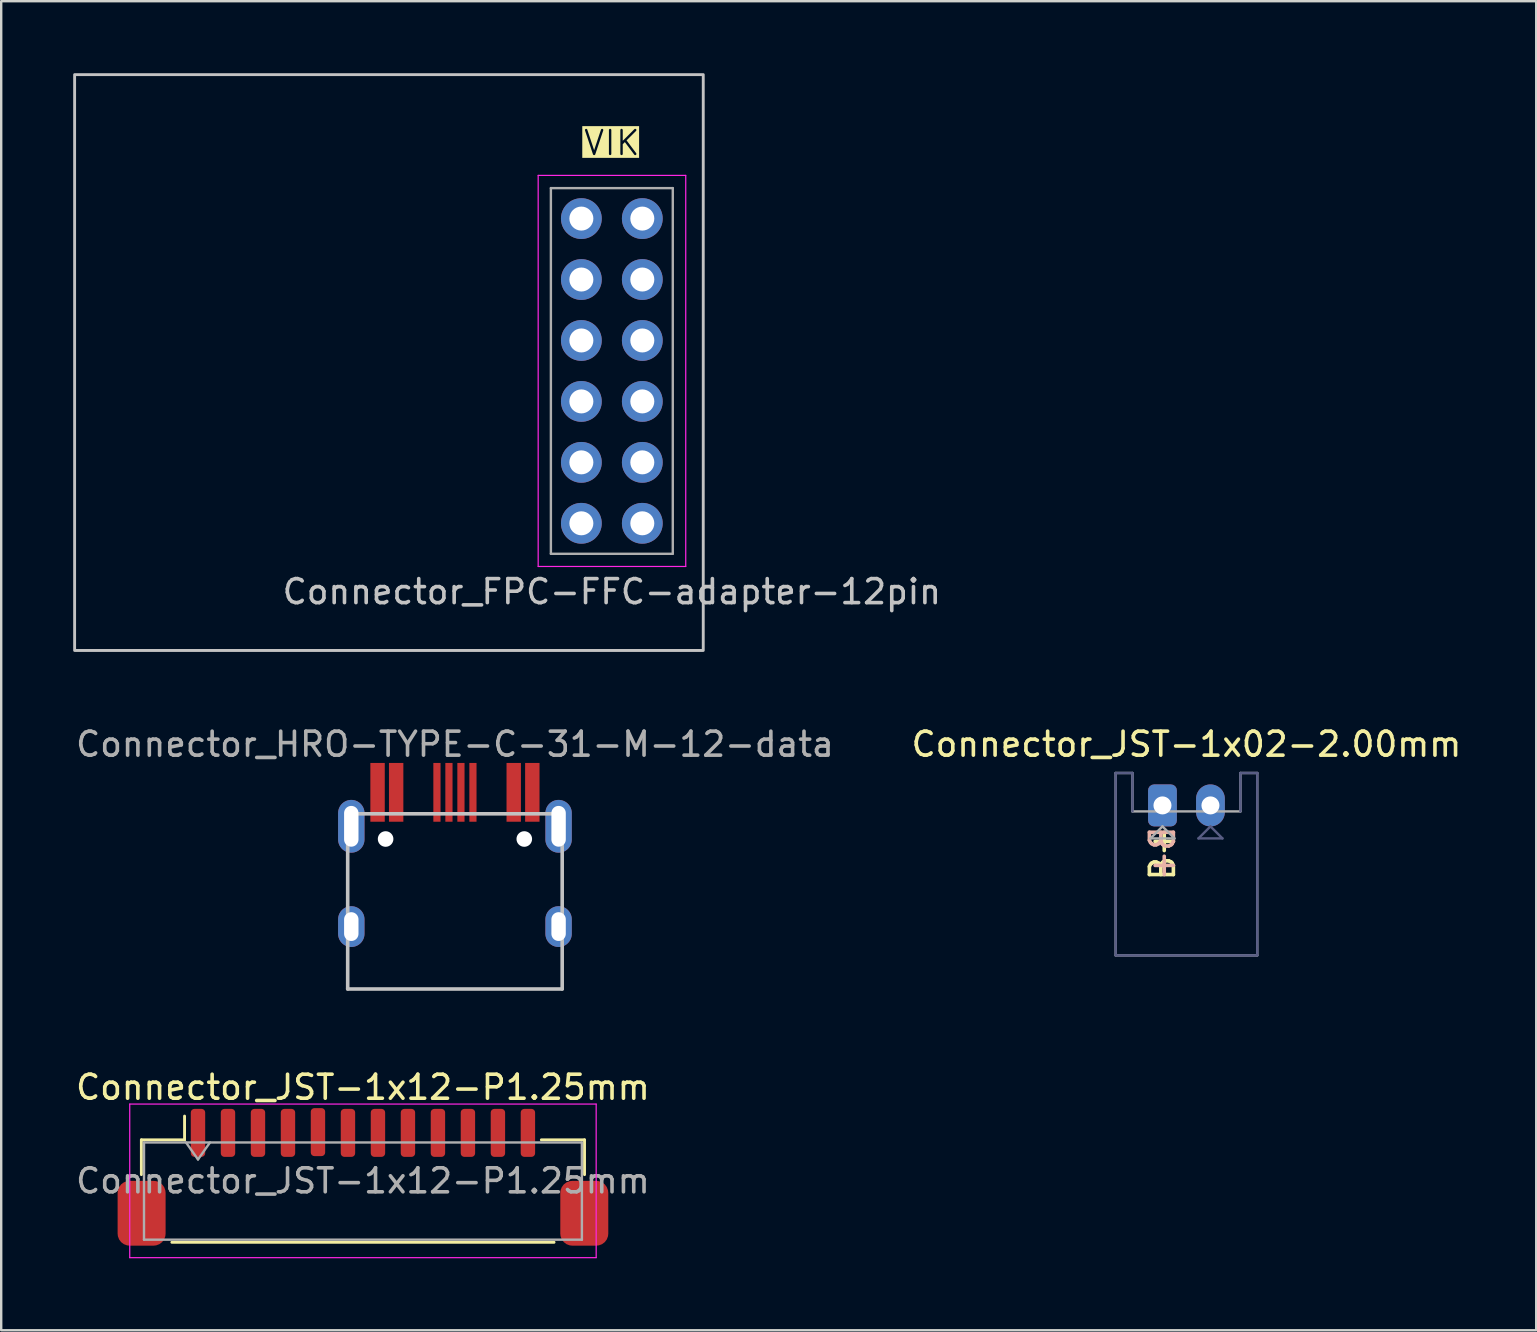
<source format=kicad_pcb>
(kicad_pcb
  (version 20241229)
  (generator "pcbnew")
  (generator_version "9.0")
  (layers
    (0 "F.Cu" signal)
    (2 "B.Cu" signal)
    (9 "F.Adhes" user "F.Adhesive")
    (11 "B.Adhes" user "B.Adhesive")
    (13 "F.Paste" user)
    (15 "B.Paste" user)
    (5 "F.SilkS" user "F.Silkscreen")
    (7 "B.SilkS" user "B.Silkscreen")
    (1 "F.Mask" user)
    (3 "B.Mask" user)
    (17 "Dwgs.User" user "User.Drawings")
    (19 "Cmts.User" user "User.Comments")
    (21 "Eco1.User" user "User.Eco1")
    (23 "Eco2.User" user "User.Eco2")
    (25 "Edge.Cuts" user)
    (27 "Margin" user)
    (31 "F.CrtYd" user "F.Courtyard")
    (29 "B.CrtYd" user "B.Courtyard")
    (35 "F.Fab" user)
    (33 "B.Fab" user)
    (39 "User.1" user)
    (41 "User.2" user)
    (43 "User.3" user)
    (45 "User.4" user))
  (footprint "Connector_JST-1x12-P1.25mm"
    (layer "F.Cu")
    (at 12.077 46.166)
    (property "Reference" "Connector_JST-1x12-P1.25mm" (at 0 -3.9 0) (layer "F.SilkS") (effects (font (size 1 1) (thickness 0.15))))
    (attr smd)
    (fp_line (start -9.235 -1.71) (end -7.435 -1.71) (stroke (width 0.12) (type solid)) (layer "F.SilkS"))
    (fp_line (start -9.235 -0.26) (end -9.235 -1.71) (stroke (width 0.12) (type solid)) (layer "F.SilkS"))
    (fp_line (start -7.965 2.56) (end 7.965 2.56) (stroke (width 0.12) (type solid)) (layer "F.SilkS"))
    (fp_line (start -7.435 -1.71) (end -7.435 -2.7) (stroke (width 0.12) (type solid)) (layer "F.SilkS"))
    (fp_line (start 9.235 -1.71) (end 7.435 -1.71) (stroke (width 0.12) (type solid)) (layer "F.SilkS"))
    (fp_line (start 9.235 -0.26) (end 9.235 -1.71) (stroke (width 0.12) (type solid)) (layer "F.SilkS"))
    (fp_line (start -9.72 -3.2) (end -9.72 3.2) (stroke (width 0.05) (type solid)) (layer "F.CrtYd"))
    (fp_line (start -9.72 3.2) (end 9.72 3.2) (stroke (width 0.05) (type solid)) (layer "F.CrtYd"))
    (fp_line (start 9.72 -3.2) (end -9.72 -3.2) (stroke (width 0.05) (type solid)) (layer "F.CrtYd"))
    (fp_line (start 9.72 3.2) (end 9.72 -3.2) (stroke (width 0.05) (type solid)) (layer "F.CrtYd"))
    (fp_line (start -9.125 -1.6) (end -9.125 2.45) (stroke (width 0.1) (type solid)) (layer "F.Fab"))
    (fp_line (start -9.125 -1.6) (end 9.125 -1.6) (stroke (width 0.1) (type solid)) (layer "F.Fab"))
    (fp_line (start -9.125 2.45) (end 9.125 2.45) (stroke (width 0.1) (type solid)) (layer "F.Fab"))
    (fp_line (start -7.375 -1.6) (end -6.875 -0.893) (stroke (width 0.1) (type solid)) (layer "F.Fab"))
    (fp_line (start -6.875 -0.893) (end -6.375 -1.6) (stroke (width 0.1) (type solid)) (layer "F.Fab"))
    (fp_line (start 9.125 -1.6) (end 9.125 2.45) (stroke (width 0.1) (type solid)) (layer "F.Fab"))
    (fp_text user "${REFERENCE}" (at 0 0 0) (layer "F.Fab") (effects (font (size 1 1) (thickness 0.15))))
    (pad "1" smd roundrect (at -6.875 -2) (size 0.6 2) (layers "F.Cu" "F.Mask" "F.Paste") (roundrect_rratio 0.25))
    (pad "2" smd roundrect (at -5.625 -2) (size 0.6 2) (layers "F.Cu" "F.Mask" "F.Paste") (roundrect_rratio 0.25))
    (pad "3" smd roundrect (at -4.375 -2) (size 0.6 2) (layers "F.Cu" "F.Mask" "F.Paste") (roundrect_rratio 0.25))
    (pad "4" smd roundrect (at -3.125 -2) (size 0.6 2) (layers "F.Cu" "F.Mask" "F.Paste") (roundrect_rratio 0.25))
    (pad "5" smd roundrect (at -1.875 -2.032) (size 0.6 2) (layers "F.Cu" "F.Mask" "F.Paste") (roundrect_rratio 0.25))
    (pad "6" smd roundrect (at -0.625 -2) (size 0.6 2) (layers "F.Cu" "F.Mask" "F.Paste") (roundrect_rratio 0.25))
    (pad "7" smd roundrect (at 0.625 -2) (size 0.6 2) (layers "F.Cu" "F.Mask" "F.Paste") (roundrect_rratio 0.25))
    (pad "8" smd roundrect (at 1.875 -2) (size 0.6 2) (layers "F.Cu" "F.Mask" "F.Paste") (roundrect_rratio 0.25))
    (pad "9" smd roundrect (at 3.125 -2) (size 0.6 2) (layers "F.Cu" "F.Mask" "F.Paste") (roundrect_rratio 0.25))
    (pad "10" smd roundrect (at 4.375 -2) (size 0.6 2) (layers "F.Cu" "F.Mask" "F.Paste") (roundrect_rratio 0.25))
    (pad "11" smd roundrect (at 5.625 -2) (size 0.6 2) (layers "F.Cu" "F.Mask" "F.Paste") (roundrect_rratio 0.25))
    (pad "12" smd roundrect (at 6.875 -2) (size 0.6 2) (layers "F.Cu" "F.Mask" "F.Paste") (roundrect_rratio 0.25))
    (pad "MP" smd roundrect (at -9.225 1.35) (size 2 2.7) (layers "F.Cu" "F.Mask" "F.Paste") (roundrect_rratio 0.25))
    (pad "MP" smd roundrect (at 9.225 1.35 180) (size 2 2.7) (layers "F.Cu" "F.Mask" "F.Paste") (roundrect_rratio 0.25)))
  (footprint "Connector_FPC-FFC-adapter-12pin"
    (layer "F.Cu")
    (at 21.18 6.06)
    (property "Reference" "Connector_FPC-FFC-adapter-12pin" (at 1.27 15.55 0) (layer "Dwgs.User") (effects (font (size 1 1) (thickness 0.15))))
    (attr through_hole)
    (fp_rect (start 5.08 -6) (end -21.12 18) (stroke (width 0.12) (type solid)) (fill no) (layer "Dwgs.User"))
    (fp_line (start -1.8 -1.8) (end -1.8 14.5) (stroke (width 0.05) (type solid)) (layer "F.CrtYd"))
    (fp_line (start -1.8 14.5) (end 4.35 14.5) (stroke (width 0.05) (type solid)) (layer "F.CrtYd"))
    (fp_line (start 4.35 -1.8) (end -1.8 -1.8) (stroke (width 0.05) (type solid)) (layer "F.CrtYd"))
    (fp_line (start 4.35 14.5) (end 4.35 -1.8) (stroke (width 0.05) (type solid)) (layer "F.CrtYd"))
    (fp_line (start -1.27 -1.27) (end 3.81 -1.27) (stroke (width 0.1) (type solid)) (layer "F.Fab"))
    (fp_line (start -1.27 13.97) (end -1.27 -1.27) (stroke (width 0.1) (type solid)) (layer "F.Fab"))
    (fp_line (start 3.81 -1.27) (end 3.81 13.97) (stroke (width 0.1) (type solid)) (layer "F.Fab"))
    (fp_line (start 3.81 13.97) (end -1.27 13.97) (stroke (width 0.1) (type solid)) (layer "F.Fab"))
    (fp_text user "VIK" (at 1.27 -3.15 0) (layer "F.SilkS" knockout) (effects (font (size 1 1) (thickness 0.1))))
    (pad "1" thru_hole circle (at 0 0) (size 1.7 1.7) (drill 1) (layers "*.Cu" "*.Mask"))
    (pad "2" thru_hole oval (at 2.54 0) (size 1.7 1.7) (drill 1) (layers "*.Cu" "*.Mask"))
    (pad "3" thru_hole oval (at 0 2.54) (size 1.7 1.7) (drill 1) (layers "*.Cu" "*.Mask"))
    (pad "4" thru_hole oval (at 2.54 2.54) (size 1.7 1.7) (drill 1) (layers "*.Cu" "*.Mask"))
    (pad "5" thru_hole oval (at 0 5.08) (size 1.7 1.7) (drill 1) (layers "*.Cu" "*.Mask"))
    (pad "6" thru_hole oval (at 2.54 5.08) (size 1.7 1.7) (drill 1) (layers "*.Cu" "*.Mask"))
    (pad "7" thru_hole oval (at 0 7.62) (size 1.7 1.7) (drill 1) (layers "*.Cu" "*.Mask"))
    (pad "8" thru_hole oval (at 2.54 7.62) (size 1.7 1.7) (drill 1) (layers "*.Cu" "*.Mask"))
    (pad "9" thru_hole oval (at 0 10.16) (size 1.7 1.7) (drill 1) (layers "*.Cu" "*.Mask"))
    (pad "10" thru_hole oval (at 2.54 10.16) (size 1.7 1.7) (drill 1) (layers "*.Cu" "*.Mask"))
    (pad "11" thru_hole oval (at 0 12.7) (size 1.7 1.7) (drill 1) (layers "*.Cu" "*.Mask"))
    (pad "12" thru_hole oval (at 2.54 12.7) (size 1.7 1.7) (drill 1) (layers "*.Cu" "*.Mask")))
  (footprint "Connector_JST-1x02-2.00mm"
    (layer "F.Cu")
    (at 45.399 30.518)
    (property "Reference" "Connector_JST-1x02-2.00mm" (at 1 -2.55 0) (layer "F.SilkS") (effects (font (size 1 1) (thickness 0.15))))
    (attr through_hole)
    (fp_line (start -1.95 -1.35) (end -1.25 -1.35) (stroke (width 0.1) (type solid)) (layer "B.Fab"))
    (fp_line (start -1.95 6.25) (end -1.95 -1.35) (stroke (width 0.1) (type solid)) (layer "B.Fab"))
    (fp_line (start -1.25 -1.35) (end -1.25 0.25) (stroke (width 0.1) (type solid)) (layer "B.Fab"))
    (fp_line (start 1.5 1.375) (end 2 0.875) (stroke (width 0.1) (type solid)) (layer "B.Fab"))
    (fp_line (start 2 0.875) (end 2.5 1.375) (stroke (width 0.1) (type solid)) (layer "B.Fab"))
    (fp_line (start 2.5 1.375) (end 1.5 1.375) (stroke (width 0.1) (type solid)) (layer "B.Fab"))
    (fp_line (start 3.25 -1.35) (end 3.95 -1.35) (stroke (width 0.1) (type solid)) (layer "B.Fab"))
    (fp_line (start 3.25 0.25) (end 3.25 -1.35) (stroke (width 0.1) (type solid)) (layer "B.Fab"))
    (fp_line (start 3.95 -1.35) (end 3.95 6.25) (stroke (width 0.1) (type solid)) (layer "B.Fab"))
    (fp_line (start 3.95 6.25) (end -1.95 6.25) (stroke (width 0.1) (type solid)) (layer "B.Fab"))
    (fp_line (start -1.95 -1.35) (end -1.95 6.25) (stroke (width 0.1) (type solid)) (layer "F.Fab"))
    (fp_line (start -1.95 6.25) (end 3.95 6.25) (stroke (width 0.1) (type solid)) (layer "F.Fab"))
    (fp_line (start -1.25 -1.35) (end -1.95 -1.35) (stroke (width 0.1) (type solid)) (layer "F.Fab"))
    (fp_line (start -1.25 0.25) (end -1.25 -1.35) (stroke (width 0.1) (type solid)) (layer "F.Fab"))
    (fp_line (start -0.5 1.375) (end 0.5 1.375) (stroke (width 0.1) (type solid)) (layer "F.Fab"))
    (fp_line (start 0 0.875) (end -0.5 1.375) (stroke (width 0.1) (type solid)) (layer "F.Fab"))
    (fp_line (start 0.5 1.375) (end 0 0.875) (stroke (width 0.1) (type solid)) (layer "F.Fab"))
    (fp_line (start 3.25 -1.35) (end 3.25 0.25) (stroke (width 0.1) (type solid)) (layer "F.Fab"))
    (fp_line (start 3.25 0.25) (end -1.25 0.25) (stroke (width 0.1) (type solid)) (layer "F.Fab"))
    (fp_line (start 3.95 -1.35) (end 3.25 -1.35) (stroke (width 0.1) (type solid)) (layer "F.Fab"))
    (fp_line (start 3.95 6.25) (end 3.95 -1.35) (stroke (width 0.1) (type solid)) (layer "F.Fab"))
    (fp_text user "B+" (at 0 2 90) (layer "F.SilkS") (effects (font (size 1 1) (thickness 0.15))))
    (fp_text user "B+" (at 0 2 90) (layer "B.SilkS") (effects (font (size 1 1) (thickness 0.15)) (justify mirror)))
    (pad "1" thru_hole roundrect (at 0 0) (size 1.2 1.75) (drill 0.75) (layers "*.Cu" "*.Mask") (roundrect_rratio 0.208))
    (pad "2" thru_hole oval (at 2 0) (size 1.2 1.75) (drill 0.75) (layers "*.Cu" "*.Mask")))
  (footprint "Connector_HRO-TYPE-C-31-M-12-data"
    (layer "F.Cu")
    (at 15.911 38.168)
    (property "Reference" "Connector_HRO-TYPE-C-31-M-12-data" (at 0 -10.2 0) (layer "F.Fab") (effects (font (size 1 1) (thickness 0.15))))
    (attr through_hole)
    (fp_line (start -4.47 -7.3) (end 4.47 -7.3) (stroke (width 0.15) (type solid)) (layer "Dwgs.User"))
    (fp_line (start -4.47 0) (end -4.47 -7.3) (stroke (width 0.15) (type solid)) (layer "Dwgs.User"))
    (fp_line (start -4.47 0) (end 4.47 0) (stroke (width 0.15) (type solid)) (layer "Dwgs.User"))
    (fp_line (start 4.47 0) (end 4.47 -7.3) (stroke (width 0.15) (type solid)) (layer "Dwgs.User"))
    (pad "" np_thru_hole circle (at -2.89 -6.25) (size 0.65 0.65) (drill 0.65) (layers "*.Cu" "*.Mask"))
    (pad "" np_thru_hole circle (at 2.89 -6.25) (size 0.65 0.65) (drill 0.65) (layers "*.Cu" "*.Mask"))
    (pad "1" smd rect (at -3.225 -8.195) (size 0.6 2.45) (layers "F.Cu" "F.Mask" "F.Paste"))
    (pad "2" smd rect (at -2.45 -8.195) (size 0.6 2.45) (layers "F.Cu" "F.Mask" "F.Paste"))
    (pad "5" smd rect (at -0.75 -8.195) (size 0.3 2.45) (layers "F.Cu" "F.Mask" "F.Paste"))
    (pad "6" smd rect (at -0.25 -8.195) (size 0.3 2.45) (layers "F.Cu" "F.Mask" "F.Paste"))
    (pad "7" smd rect (at 0.25 -8.195) (size 0.3 2.45) (layers "F.Cu" "F.Mask" "F.Paste"))
    (pad "8" smd rect (at 0.75 -8.195) (size 0.3 2.45) (layers "F.Cu" "F.Mask" "F.Paste"))
    (pad "11" smd rect (at 2.45 -8.195) (size 0.6 2.45) (layers "F.Cu" "F.Mask" "F.Paste"))
    (pad "12" smd rect (at 3.225 -8.195) (size 0.6 2.45) (layers "F.Cu" "F.Mask" "F.Paste"))
    (pad "13" thru_hole oval (at -4.32 -6.78) (size 1.1 2.2) (drill oval 0.6 1.7) (layers "*.Cu" "B.Mask"))
    (pad "13" thru_hole oval (at -4.32 -2.6) (size 1.1 1.7) (drill oval 0.6 1.2) (layers "*.Cu" "B.Mask"))
    (pad "13" thru_hole oval (at 4.32 -6.78) (size 1.1 2.2) (drill oval 0.6 1.7) (layers "*.Cu" "B.Mask"))
    (pad "13" thru_hole oval (at 4.32 -2.6) (size 1.1 1.7) (drill oval 0.6 1.2) (layers "*.Cu" "B.Mask")))
  (gr_rect
    (start -3 -3)
    (end 60.976 52.392)
    (stroke (width 0.1) (type default))
    (fill no)
    (layer "Edge.Cuts")))
</source>
